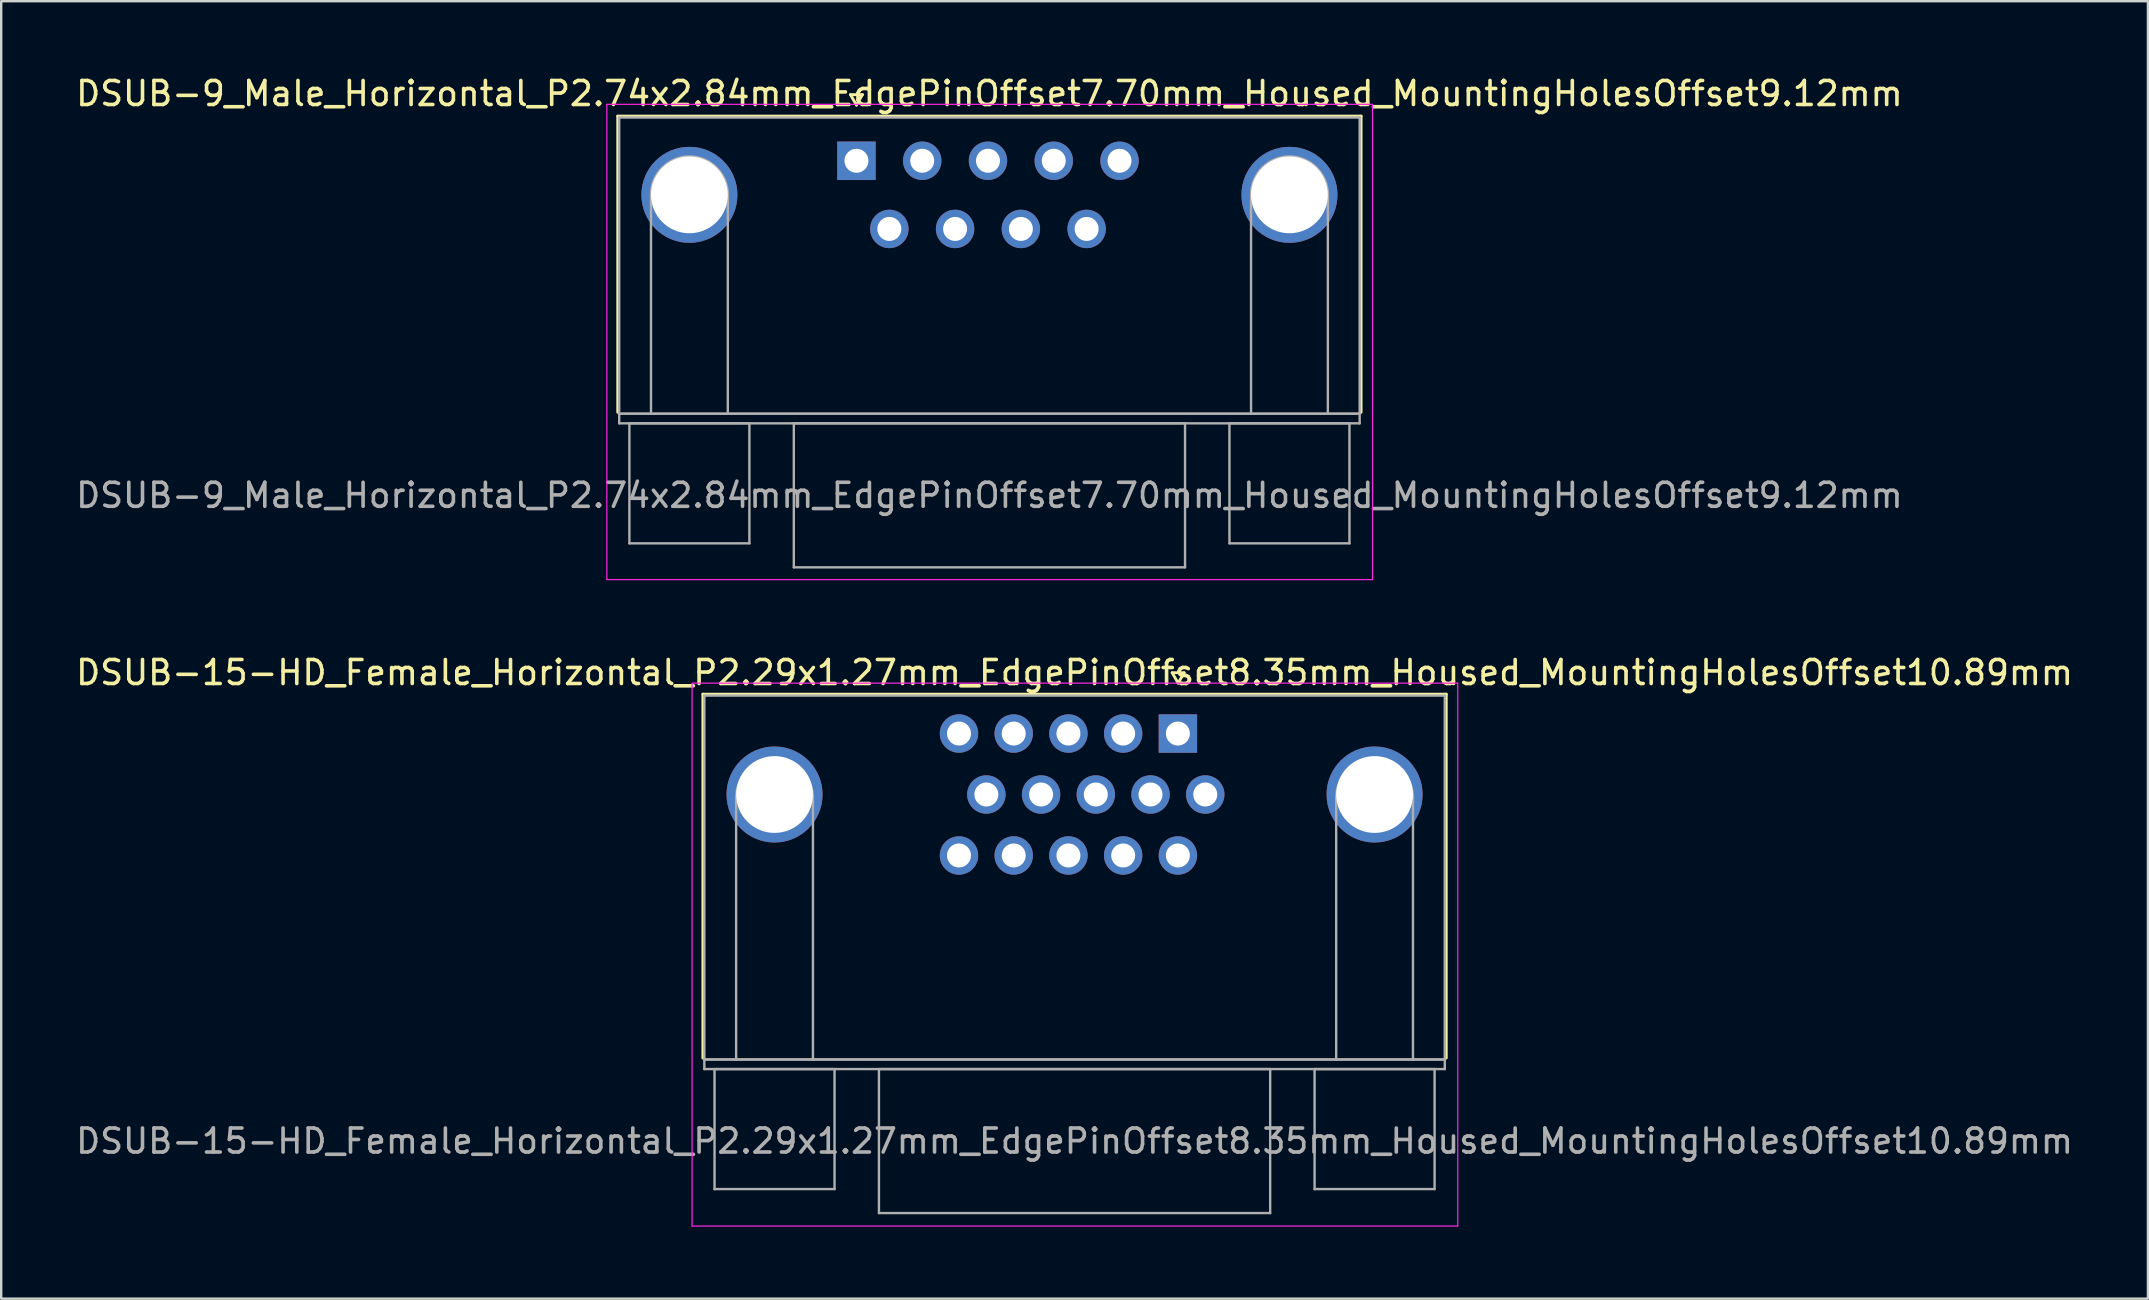
<source format=kicad_pcb>
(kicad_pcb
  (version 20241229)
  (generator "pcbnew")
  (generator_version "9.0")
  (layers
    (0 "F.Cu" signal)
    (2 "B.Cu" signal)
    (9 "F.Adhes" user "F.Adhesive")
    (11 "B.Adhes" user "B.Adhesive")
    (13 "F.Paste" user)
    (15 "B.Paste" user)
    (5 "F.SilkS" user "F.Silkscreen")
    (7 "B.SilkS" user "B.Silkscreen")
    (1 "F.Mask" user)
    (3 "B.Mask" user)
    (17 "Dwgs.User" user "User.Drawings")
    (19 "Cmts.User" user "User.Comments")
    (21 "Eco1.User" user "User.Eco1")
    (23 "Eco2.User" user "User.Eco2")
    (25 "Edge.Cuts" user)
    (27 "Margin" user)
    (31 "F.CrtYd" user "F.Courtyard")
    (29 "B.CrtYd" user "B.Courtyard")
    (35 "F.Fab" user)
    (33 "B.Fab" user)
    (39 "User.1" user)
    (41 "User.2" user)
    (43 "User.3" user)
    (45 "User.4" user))
  (footprint "DSUB-9_Male_Horizontal_P2.74x2.84mm_EdgePinOffset7.70mm_Housed_MountingHolesOffset9.12mm"
    (layer "F.Cu")
    (at 32.633 3.648)
    (property "Reference" "DSUB-9_Male_Horizontal_P2.74x2.84mm_EdgePinOffset7.70mm_Housed_MountingHolesOffset9.12mm" (at 5.54 -2.8 0) (layer "F.SilkS") (effects (font (size 1 1) (thickness 0.15))))
    (attr through_hole)
    (fp_line (start -9.945 -1.86) (end 21.025 -1.86) (stroke (width 0.12) (type solid)) (layer "F.SilkS"))
    (fp_line (start -9.945 10.48) (end -9.945 -1.86) (stroke (width 0.12) (type solid)) (layer "F.SilkS"))
    (fp_line (start -0.25 -2.754) (end 0.25 -2.754) (stroke (width 0.12) (type solid)) (layer "F.SilkS"))
    (fp_line (start 0 -2.321) (end -0.25 -2.754) (stroke (width 0.12) (type solid)) (layer "F.SilkS"))
    (fp_line (start 0.25 -2.754) (end 0 -2.321) (stroke (width 0.12) (type solid)) (layer "F.SilkS"))
    (fp_line (start 21.025 -1.86) (end 21.025 10.48) (stroke (width 0.12) (type solid)) (layer "F.SilkS"))
    (fp_line (start -10.4 -2.35) (end -10.4 17.45) (stroke (width 0.05) (type solid)) (layer "F.CrtYd"))
    (fp_line (start -10.4 17.45) (end 21.5 17.45) (stroke (width 0.05) (type solid)) (layer "F.CrtYd"))
    (fp_line (start 21.5 -2.35) (end -10.4 -2.35) (stroke (width 0.05) (type solid)) (layer "F.CrtYd"))
    (fp_line (start 21.5 17.45) (end 21.5 -2.35) (stroke (width 0.05) (type solid)) (layer "F.CrtYd"))
    (fp_line (start -9.885 -1.8) (end -9.885 10.54) (stroke (width 0.1) (type solid)) (layer "F.Fab"))
    (fp_line (start -9.885 10.54) (end -9.885 10.94) (stroke (width 0.1) (type solid)) (layer "F.Fab"))
    (fp_line (start -9.885 10.54) (end 20.965 10.54) (stroke (width 0.1) (type solid)) (layer "F.Fab"))
    (fp_line (start -9.885 10.94) (end 20.965 10.94) (stroke (width 0.1) (type solid)) (layer "F.Fab"))
    (fp_line (start -9.46 10.94) (end -9.46 15.94) (stroke (width 0.1) (type solid)) (layer "F.Fab"))
    (fp_line (start -9.46 15.94) (end -4.46 15.94) (stroke (width 0.1) (type solid)) (layer "F.Fab"))
    (fp_line (start -8.56 10.54) (end -8.56 1.42) (stroke (width 0.1) (type solid)) (layer "F.Fab"))
    (fp_line (start -5.36 10.54) (end -5.36 1.42) (stroke (width 0.1) (type solid)) (layer "F.Fab"))
    (fp_line (start -4.46 10.94) (end -9.46 10.94) (stroke (width 0.1) (type solid)) (layer "F.Fab"))
    (fp_line (start -4.46 15.94) (end -4.46 10.94) (stroke (width 0.1) (type solid)) (layer "F.Fab"))
    (fp_line (start -2.61 10.94) (end -2.61 16.94) (stroke (width 0.1) (type solid)) (layer "F.Fab"))
    (fp_line (start -2.61 16.94) (end 13.69 16.94) (stroke (width 0.1) (type solid)) (layer "F.Fab"))
    (fp_line (start 13.69 10.94) (end -2.61 10.94) (stroke (width 0.1) (type solid)) (layer "F.Fab"))
    (fp_line (start 13.69 16.94) (end 13.69 10.94) (stroke (width 0.1) (type solid)) (layer "F.Fab"))
    (fp_line (start 15.54 10.94) (end 15.54 15.94) (stroke (width 0.1) (type solid)) (layer "F.Fab"))
    (fp_line (start 15.54 15.94) (end 20.54 15.94) (stroke (width 0.1) (type solid)) (layer "F.Fab"))
    (fp_line (start 16.44 10.54) (end 16.44 1.42) (stroke (width 0.1) (type solid)) (layer "F.Fab"))
    (fp_line (start 19.64 10.54) (end 19.64 1.42) (stroke (width 0.1) (type solid)) (layer "F.Fab"))
    (fp_line (start 20.54 10.94) (end 15.54 10.94) (stroke (width 0.1) (type solid)) (layer "F.Fab"))
    (fp_line (start 20.54 15.94) (end 20.54 10.94) (stroke (width 0.1) (type solid)) (layer "F.Fab"))
    (fp_line (start 20.965 -1.8) (end -9.885 -1.8) (stroke (width 0.1) (type solid)) (layer "F.Fab"))
    (fp_line (start 20.965 10.54) (end -9.885 10.54) (stroke (width 0.1) (type solid)) (layer "F.Fab"))
    (fp_line (start 20.965 10.54) (end 20.965 -1.8) (stroke (width 0.1) (type solid)) (layer "F.Fab"))
    (fp_line (start 20.965 10.94) (end 20.965 10.54) (stroke (width 0.1) (type solid)) (layer "F.Fab"))
    (fp_arc (start -8.56 1.42) (mid -6.96 -0.18) (end -5.36 1.42) (stroke (width 0.1) (type solid)) (layer "F.Fab"))
    (fp_arc (start 16.44 1.42) (mid 18.04 -0.18) (end 19.64 1.42) (stroke (width 0.1) (type solid)) (layer "F.Fab"))
    (fp_text user "${REFERENCE}" (at 5.54 13.94 0) (layer "F.Fab") (effects (font (size 1 1) (thickness 0.15))))
    (pad "0" thru_hole circle (at -6.96 1.42) (size 4 4) (drill 3.2) (layers "*.Cu" "*.Mask"))
    (pad "0" thru_hole circle (at 18.04 1.42) (size 4 4) (drill 3.2) (layers "*.Cu" "*.Mask"))
    (pad "1" thru_hole rect (at 0 0) (size 1.6 1.6) (drill 1) (layers "*.Cu" "*.Mask"))
    (pad "2" thru_hole circle (at 2.74 0) (size 1.6 1.6) (drill 1) (layers "*.Cu" "*.Mask"))
    (pad "3" thru_hole circle (at 5.48 0) (size 1.6 1.6) (drill 1) (layers "*.Cu" "*.Mask"))
    (pad "4" thru_hole circle (at 8.22 0) (size 1.6 1.6) (drill 1) (layers "*.Cu" "*.Mask"))
    (pad "5" thru_hole circle (at 10.96 0) (size 1.6 1.6) (drill 1) (layers "*.Cu" "*.Mask"))
    (pad "6" thru_hole circle (at 1.37 2.84) (size 1.6 1.6) (drill 1) (layers "*.Cu" "*.Mask"))
    (pad "7" thru_hole circle (at 4.11 2.84) (size 1.6 1.6) (drill 1) (layers "*.Cu" "*.Mask"))
    (pad "8" thru_hole circle (at 6.85 2.84) (size 1.6 1.6) (drill 1) (layers "*.Cu" "*.Mask"))
    (pad "9" thru_hole circle (at 9.59 2.84) (size 1.6 1.6) (drill 1) (layers "*.Cu" "*.Mask")))
  (footprint "DSUB-15-HD_Female_Horizontal_P2.29x1.27mm_EdgePinOffset8.35mm_Housed_MountingHolesOffset10.89mm"
    (layer "F.Cu")
    (at 46.025 27.512)
    (property "Reference" "DSUB-15-HD_Female_Horizontal_P2.29x1.27mm_EdgePinOffset8.35mm_Housed_MountingHolesOffset10.89mm" (at -4.305 -2.54 0) (layer "F.SilkS") (effects (font (size 1 1) (thickness 0.15))))
    (attr through_hole)
    (fp_line (start -19.79 -1.64) (end 11.18 -1.64) (stroke (width 0.12) (type solid)) (layer "F.SilkS"))
    (fp_line (start -19.79 13.52) (end -19.79 -1.64) (stroke (width 0.12) (type solid)) (layer "F.SilkS"))
    (fp_line (start -0.24 -2.534) (end 0.26 -2.534) (stroke (width 0.12) (type solid)) (layer "F.SilkS"))
    (fp_line (start 0.01 -2.101) (end -0.24 -2.534) (stroke (width 0.12) (type solid)) (layer "F.SilkS"))
    (fp_line (start 0.26 -2.534) (end 0.01 -2.101) (stroke (width 0.12) (type solid)) (layer "F.SilkS"))
    (fp_line (start 11.18 -1.64) (end 11.18 13.52) (stroke (width 0.12) (type solid)) (layer "F.SilkS"))
    (fp_line (start -20.24 -2.1) (end -20.24 20.52) (stroke (width 0.05) (type solid)) (layer "F.CrtYd"))
    (fp_line (start -20.24 20.52) (end 11.66 20.52) (stroke (width 0.05) (type solid)) (layer "F.CrtYd"))
    (fp_line (start 11.66 -2.1) (end -20.24 -2.1) (stroke (width 0.05) (type solid)) (layer "F.CrtYd"))
    (fp_line (start 11.66 20.52) (end 11.66 -2.1) (stroke (width 0.05) (type solid)) (layer "F.CrtYd"))
    (fp_line (start -19.73 -1.58) (end -19.73 13.58) (stroke (width 0.1) (type solid)) (layer "F.Fab"))
    (fp_line (start -19.73 13.58) (end -19.73 13.98) (stroke (width 0.1) (type solid)) (layer "F.Fab"))
    (fp_line (start -19.73 13.58) (end 11.12 13.58) (stroke (width 0.1) (type solid)) (layer "F.Fab"))
    (fp_line (start -19.73 13.98) (end 11.12 13.98) (stroke (width 0.1) (type solid)) (layer "F.Fab"))
    (fp_line (start -19.305 13.98) (end -19.305 18.98) (stroke (width 0.1) (type solid)) (layer "F.Fab"))
    (fp_line (start -19.305 18.98) (end -14.305 18.98) (stroke (width 0.1) (type solid)) (layer "F.Fab"))
    (fp_line (start -18.405 13.58) (end -18.405 2.69) (stroke (width 0.1) (type solid)) (layer "F.Fab"))
    (fp_line (start -15.205 13.58) (end -15.205 2.69) (stroke (width 0.1) (type solid)) (layer "F.Fab"))
    (fp_line (start -14.305 13.98) (end -19.305 13.98) (stroke (width 0.1) (type solid)) (layer "F.Fab"))
    (fp_line (start -14.305 18.98) (end -14.305 13.98) (stroke (width 0.1) (type solid)) (layer "F.Fab"))
    (fp_line (start -12.455 13.98) (end -12.455 19.98) (stroke (width 0.1) (type solid)) (layer "F.Fab"))
    (fp_line (start -12.455 19.98) (end 3.845 19.98) (stroke (width 0.1) (type solid)) (layer "F.Fab"))
    (fp_line (start 3.845 13.98) (end -12.455 13.98) (stroke (width 0.1) (type solid)) (layer "F.Fab"))
    (fp_line (start 3.845 19.98) (end 3.845 13.98) (stroke (width 0.1) (type solid)) (layer "F.Fab"))
    (fp_line (start 5.695 13.98) (end 5.695 18.98) (stroke (width 0.1) (type solid)) (layer "F.Fab"))
    (fp_line (start 5.695 18.98) (end 10.695 18.98) (stroke (width 0.1) (type solid)) (layer "F.Fab"))
    (fp_line (start 6.595 13.58) (end 6.595 2.69) (stroke (width 0.1) (type solid)) (layer "F.Fab"))
    (fp_line (start 9.795 13.58) (end 9.795 2.69) (stroke (width 0.1) (type solid)) (layer "F.Fab"))
    (fp_line (start 10.695 13.98) (end 5.695 13.98) (stroke (width 0.1) (type solid)) (layer "F.Fab"))
    (fp_line (start 10.695 18.98) (end 10.695 13.98) (stroke (width 0.1) (type solid)) (layer "F.Fab"))
    (fp_line (start 11.12 -1.58) (end -19.73 -1.58) (stroke (width 0.1) (type solid)) (layer "F.Fab"))
    (fp_line (start 11.12 13.58) (end -19.73 13.58) (stroke (width 0.1) (type solid)) (layer "F.Fab"))
    (fp_line (start 11.12 13.58) (end 11.12 -1.58) (stroke (width 0.1) (type solid)) (layer "F.Fab"))
    (fp_line (start 11.12 13.98) (end 11.12 13.58) (stroke (width 0.1) (type solid)) (layer "F.Fab"))
    (fp_arc (start -18.405 2.69) (mid -16.805 1.09) (end -15.205 2.69) (stroke (width 0.1) (type solid)) (layer "F.Fab"))
    (fp_arc (start 6.595 2.69) (mid 8.195 1.09) (end 9.795 2.69) (stroke (width 0.1) (type solid)) (layer "F.Fab"))
    (fp_text user "${REFERENCE}" (at -4.305 16.98 0) (layer "F.Fab") (effects (font (size 1 1) (thickness 0.15))))
    (pad "0" thru_hole circle (at -16.805 2.54) (size 4 4) (drill 3.2) (layers "*.Cu" "*.Mask"))
    (pad "0" thru_hole circle (at 8.195 2.54) (size 4 4) (drill 3.2) (layers "*.Cu" "*.Mask"))
    (pad "1" thru_hole rect (at 0 0) (size 1.6 1.6) (drill 1) (layers "*.Cu" "*.Mask"))
    (pad "2" thru_hole circle (at -2.28 0) (size 1.6 1.6) (drill 1) (layers "*.Cu" "*.Mask"))
    (pad "3" thru_hole circle (at -4.56 0) (size 1.6 1.6) (drill 1) (layers "*.Cu" "*.Mask"))
    (pad "4" thru_hole circle (at -6.84 0) (size 1.6 1.6) (drill 1) (layers "*.Cu" "*.Mask"))
    (pad "5" thru_hole circle (at -9.12 0) (size 1.6 1.6) (drill 1) (layers "*.Cu" "*.Mask"))
    (pad "6" thru_hole circle (at 1.14 2.54) (size 1.6 1.6) (drill 1) (layers "*.Cu" "*.Mask"))
    (pad "7" thru_hole circle (at -1.14 2.54) (size 1.6 1.6) (drill 1) (layers "*.Cu" "*.Mask"))
    (pad "8" thru_hole circle (at -3.42 2.54) (size 1.6 1.6) (drill 1) (layers "*.Cu" "*.Mask"))
    (pad "9" thru_hole circle (at -5.7 2.54) (size 1.6 1.6) (drill 1) (layers "*.Cu" "*.Mask"))
    (pad "10" thru_hole circle (at -7.98 2.54) (size 1.6 1.6) (drill 1) (layers "*.Cu" "*.Mask"))
    (pad "11" thru_hole circle (at 0 5.08) (size 1.6 1.6) (drill 1) (layers "*.Cu" "*.Mask"))
    (pad "12" thru_hole circle (at -2.28 5.08) (size 1.6 1.6) (drill 1) (layers "*.Cu" "*.Mask"))
    (pad "13" thru_hole circle (at -4.56 5.08) (size 1.6 1.6) (drill 1) (layers "*.Cu" "*.Mask"))
    (pad "14" thru_hole circle (at -6.84 5.08) (size 1.6 1.6) (drill 1) (layers "*.Cu" "*.Mask"))
    (pad "15" thru_hole circle (at -9.12 5.08) (size 1.6 1.6) (drill 1) (layers "*.Cu" "*.Mask")))
  (gr_rect
    (start -3 -3)
    (end 86.44 51.056)
    (stroke (width 0.1) (type default))
    (fill no)
    (layer "Edge.Cuts")))
</source>
